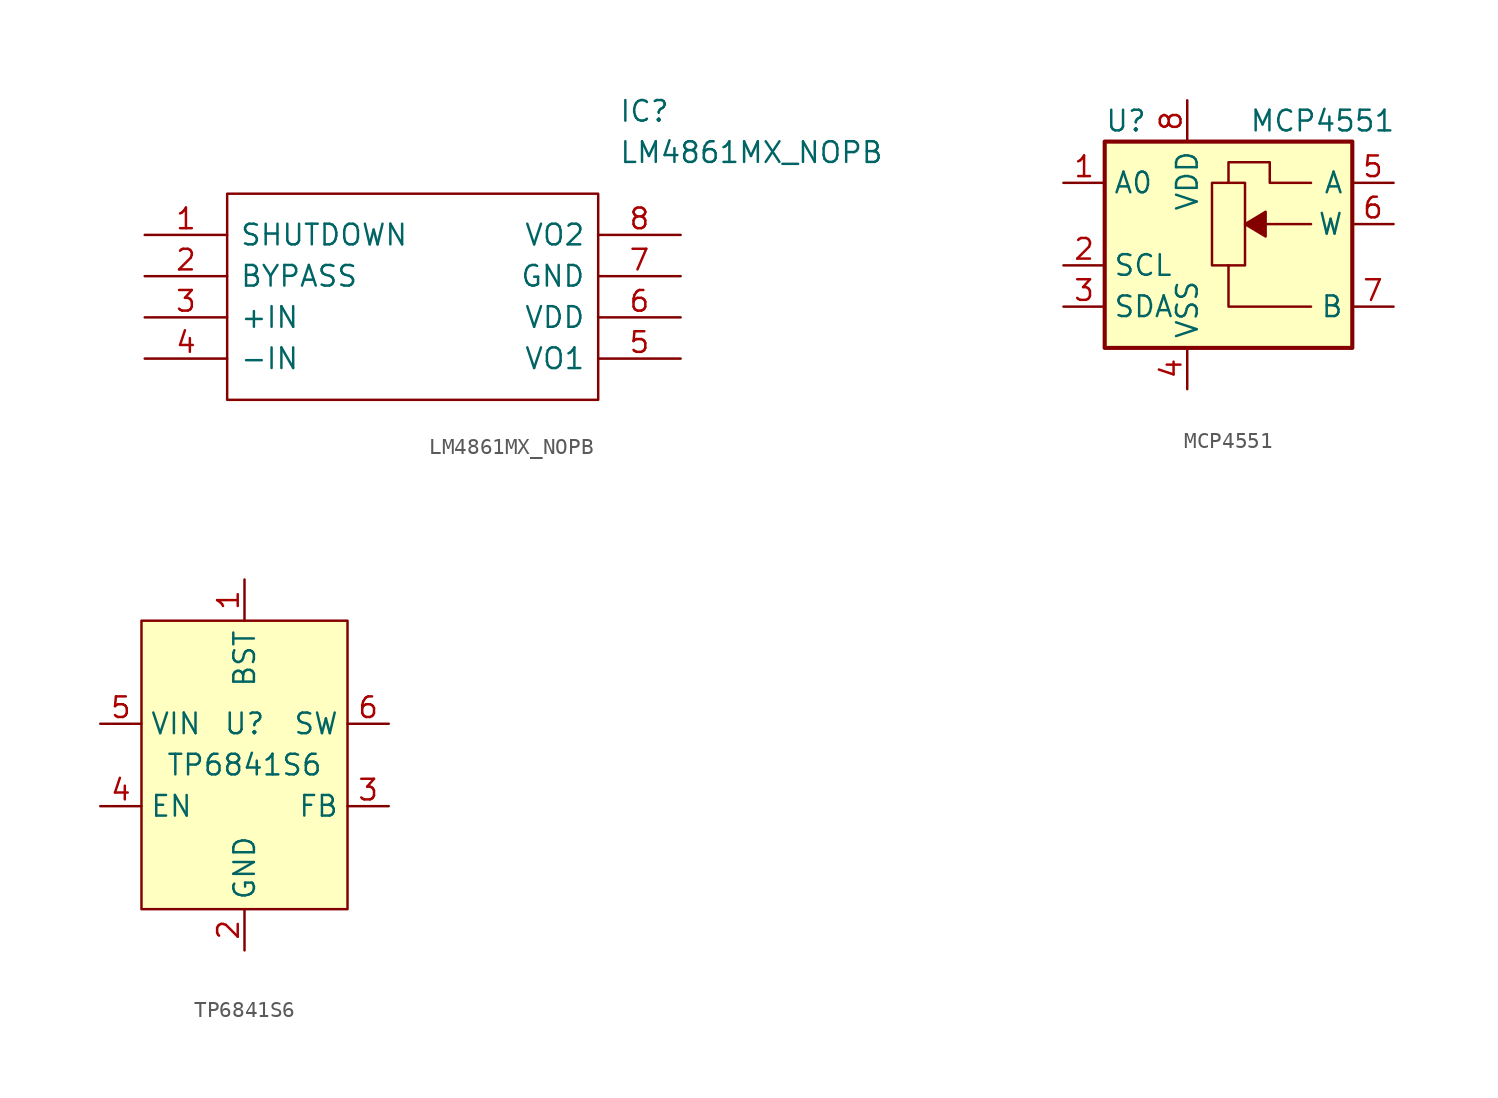
<source format=kicad_sym>
(kicad_symbol_lib
  (version 20231120)
  (generator "kicad_symbol_editor")
  (generator_version "8.0")
  (symbol "LM4861MX_NOPB"
    (pin_names
      (offset 0.762))
    (property "Reference" "IC"
      (at 29.21 7.62 0)
      (effects (font (size 1.27 1.27)) (justify left)))
    (property "Value" "LM4861MX_NOPB"
      (at 29.21 5.08 0)
      (effects (font (size 1.27 1.27)) (justify left)))
    (symbol "LM4861MX_NOPB_0_0"
      (pin passive line (at 0 0 0) (length 5.08) (name "SHUTDOWN" (effects (font (size 1.27 1.27)))) (number "1" (effects (font (size 1.27 1.27)))))
      (pin passive line (at 0 -2.54 0) (length 5.08) (name "BYPASS" (effects (font (size 1.27 1.27)))) (number "2" (effects (font (size 1.27 1.27)))))
      (pin passive line (at 0 -5.08 0) (length 5.08) (name "+IN" (effects (font (size 1.27 1.27)))) (number "3" (effects (font (size 1.27 1.27)))))
      (pin passive line (at 0 -7.62 0) (length 5.08) (name "-IN" (effects (font (size 1.27 1.27)))) (number "4" (effects (font (size 1.27 1.27)))))
      (pin passive line (at 33.02 -7.62 180) (length 5.08) (name "VO1" (effects (font (size 1.27 1.27)))) (number "5" (effects (font (size 1.27 1.27)))))
      (pin passive line (at 33.02 -5.08 180) (length 5.08) (name "VDD" (effects (font (size 1.27 1.27)))) (number "6" (effects (font (size 1.27 1.27)))))
      (pin passive line (at 33.02 -2.54 180) (length 5.08) (name "GND" (effects (font (size 1.27 1.27)))) (number "7" (effects (font (size 1.27 1.27)))))
      (pin passive line (at 33.02 0 180) (length 5.08) (name "VO2" (effects (font (size 1.27 1.27)))) (number "8" (effects (font (size 1.27 1.27))))))
    (symbol "LM4861MX_NOPB_0_1"
      (polyline (pts (xy 5.08 2.54) (xy 27.94 2.54) (xy 27.94 -10.16) (xy 5.08 -10.16) (xy 5.08 2.54)) (stroke (width 0.152) (type default)) (fill (type none)))))
  (symbol "MCP4551"
    (property "Reference" "U"
      (at -7.62 8.89 0)
      (effects (font (size 1.27 1.27)) (justify left)))
    (property "Value" "MCP4551"
      (at 1.27 8.89 0)
      (effects (font (size 1.27 1.27)) (justify left)))
    (symbol "MCP4551_0_1"
      (polyline (pts (xy 0 0) (xy 0 -2.54) (xy 5.08 -2.54)) (stroke (width 0) (type default)) (fill (type none)))
      (polyline (pts (xy 5.08 2.54) (xy 3.81 2.54) (xy 1.27 2.54)) (stroke (width 0) (type default)) (fill (type none)))
      (polyline (pts (xy 5.08 5.08) (xy 2.54 5.08) (xy 2.54 6.35) (xy 0 6.35) (xy 0 5.08)) (stroke (width 0) (type default)) (fill (type none))))
    (symbol "MCP4551_1_1"
      (rectangle (start -7.62 7.62) (end 7.62 -5.08) (stroke (width 0.254) (type default)) (fill (type background)))
      (polyline (pts (xy 2.286 1.778) (xy 2.286 3.302) (xy 1.016 2.54) (xy 2.286 1.778)) (stroke (width 0) (type default)) (fill (type outline)))
      (rectangle (start 1.016 0) (end -1.016 5.08) (stroke (width 0) (type default)) (fill (type none)))
      (pin input line (at -10.16 5.08 0) (length 2.54) (name "A0" (effects (font (size 1.27 1.27)))) (number "1" (effects (font (size 1.27 1.27)))))
      (pin input line (at -10.16 0 0) (length 2.54) (name "SCL" (effects (font (size 1.27 1.27)))) (number "2" (effects (font (size 1.27 1.27)))))
      (pin input line (at -10.16 -2.54 0) (length 2.54) (name "SDA" (effects (font (size 1.27 1.27)))) (number "3" (effects (font (size 1.27 1.27)))))
      (pin power_in line (at -2.54 -7.62 90) (length 2.54) (name "VSS" (effects (font (size 1.27 1.27)))) (number "4" (effects (font (size 1.27 1.27)))))
      (pin passive line (at 10.16 5.08 180) (length 2.54) (name "A" (effects (font (size 1.27 1.27)))) (number "5" (effects (font (size 1.27 1.27)))))
      (pin passive line (at 10.16 2.54 180) (length 2.54) (name "W" (effects (font (size 1.27 1.27)))) (number "6" (effects (font (size 1.27 1.27)))))
      (pin passive line (at 10.16 -2.54 180) (length 2.54) (name "B" (effects (font (size 1.27 1.27)))) (number "7" (effects (font (size 1.27 1.27)))))
      (pin power_in line (at -2.54 10.16 270) (length 2.54) (name "VDD" (effects (font (size 1.27 1.27)))) (number "8" (effects (font (size 1.27 1.27)))))))
  (symbol "TP6841S6"
    (property "Reference" "U"
      (at 0 2.54 0)
      (effects (font (size 1.27 1.27))))
    (property "Value" "TP6841S6"
      (at 0 0 0)
      (effects (font (size 1.27 1.27))))
    (symbol "TP6841S6_0_1"
      (rectangle (start -6.35 8.89) (end 6.35 -8.89) (stroke (width 0) (type default)) (fill (type background))))
    (symbol "TP6841S6_1_1"
      (pin input line (at 0 11.43 270) (length 2.54) (name "BST" (effects (font (size 1.27 1.27)))) (number "1" (effects (font (size 1.27 1.27)))))
      (pin input line (at 0 -11.43 90) (length 2.54) (name "GND" (effects (font (size 1.27 1.27)))) (number "2" (effects (font (size 1.27 1.27)))))
      (pin input line (at 8.89 -2.54 180) (length 2.54) (name "FB" (effects (font (size 1.27 1.27)))) (number "3" (effects (font (size 1.27 1.27)))))
      (pin input line (at -8.89 -2.54 0) (length 2.54) (name "EN" (effects (font (size 1.27 1.27)))) (number "4" (effects (font (size 1.27 1.27)))))
      (pin input line (at -8.89 2.54 0) (length 2.54) (name "VIN" (effects (font (size 1.27 1.27)))) (number "5" (effects (font (size 1.27 1.27)))))
      (pin input line (at 8.89 2.54 180) (length 2.54) (name "SW" (effects (font (size 1.27 1.27)))) (number "6" (effects (font (size 1.27 1.27))))))))
</source>
